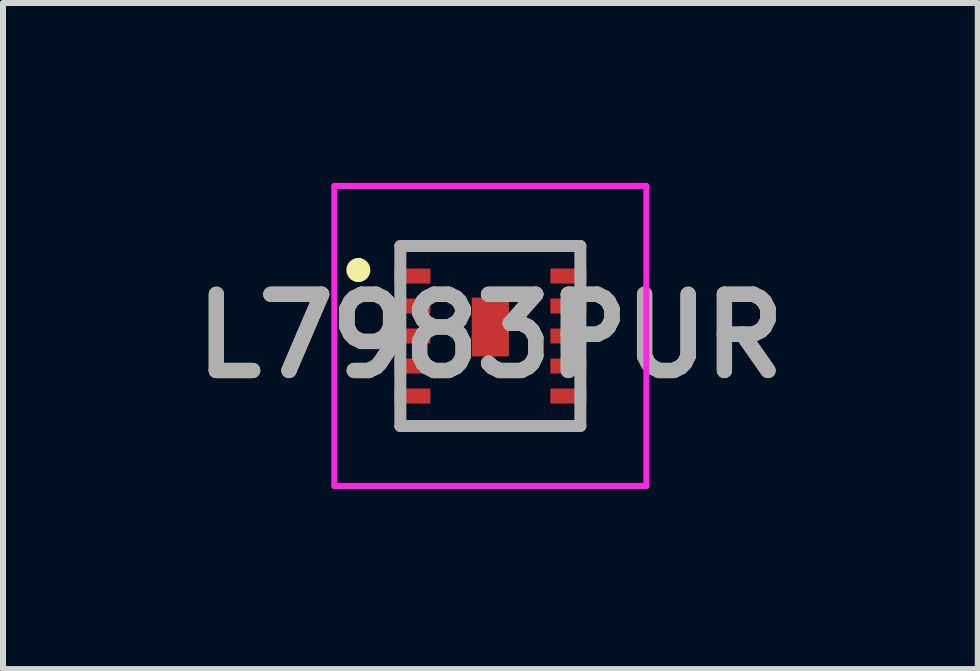
<source format=kicad_pcb>
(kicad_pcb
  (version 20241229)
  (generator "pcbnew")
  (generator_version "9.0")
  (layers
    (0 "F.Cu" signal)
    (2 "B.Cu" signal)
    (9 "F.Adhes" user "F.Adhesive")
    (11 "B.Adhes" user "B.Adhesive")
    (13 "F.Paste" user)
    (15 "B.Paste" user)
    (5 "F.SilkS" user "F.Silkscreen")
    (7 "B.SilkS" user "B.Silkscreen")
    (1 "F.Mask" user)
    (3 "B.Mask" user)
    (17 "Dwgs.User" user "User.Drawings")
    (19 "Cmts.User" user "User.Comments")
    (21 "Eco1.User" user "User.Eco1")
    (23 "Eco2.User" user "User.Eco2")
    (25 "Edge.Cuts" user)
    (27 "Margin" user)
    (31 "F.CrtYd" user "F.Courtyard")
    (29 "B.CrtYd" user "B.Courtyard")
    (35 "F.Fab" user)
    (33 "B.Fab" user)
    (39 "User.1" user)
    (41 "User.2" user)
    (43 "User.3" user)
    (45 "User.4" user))
  (footprint "L7983PUR"
    (layer "F.Cu")
    (at 5.122 2.55)
    (property "Reference" "L7983PUR" (at 0 0 0) (layer "F.SilkS") (effects (font (size 1.27 1.27) (thickness 0.254))))
    (attr smd)
    (fp_line (start -2.2 -1.2) (end -2.2 -1.2) (stroke (width 0.2) (type solid)) (layer "F.SilkS"))
    (fp_line (start -2.2 -1) (end -2.2 -1) (stroke (width 0.2) (type solid)) (layer "F.SilkS"))
    (fp_line (start -1.5 -1.5) (end 1.5 -1.5) (stroke (width 0.1) (type solid)) (layer "F.SilkS"))
    (fp_line (start -1.5 1.5) (end 1.5 1.5) (stroke (width 0.1) (type solid)) (layer "F.SilkS"))
    (fp_arc (start -2.2 -1.2) (mid -2.1 -1.1) (end -2.2 -1) (stroke (width 0.2) (type solid)) (layer "F.SilkS"))
    (fp_arc (start -2.2 -1) (mid -2.3 -1.1) (end -2.2 -1.2) (stroke (width 0.2) (type solid)) (layer "F.SilkS"))
    (fp_line (start -2.6 -2.5) (end 2.6 -2.5) (stroke (width 0.1) (type solid)) (layer "F.CrtYd"))
    (fp_line (start -2.6 2.5) (end -2.6 -2.5) (stroke (width 0.1) (type solid)) (layer "F.CrtYd"))
    (fp_line (start 2.6 -2.5) (end 2.6 2.5) (stroke (width 0.1) (type solid)) (layer "F.CrtYd"))
    (fp_line (start 2.6 2.5) (end -2.6 2.5) (stroke (width 0.1) (type solid)) (layer "F.CrtYd"))
    (fp_line (start -1.5 -1.5) (end 1.5 -1.5) (stroke (width 0.2) (type solid)) (layer "F.Fab"))
    (fp_line (start -1.5 1.5) (end -1.5 -1.5) (stroke (width 0.2) (type solid)) (layer "F.Fab"))
    (fp_line (start 1.5 -1.5) (end 1.5 1.5) (stroke (width 0.2) (type solid)) (layer "F.Fab"))
    (fp_line (start 1.5 1.5) (end -1.5 1.5) (stroke (width 0.2) (type solid)) (layer "F.Fab"))
    (fp_text user "${REFERENCE}" (at 0 0 0) (layer "F.Fab") (effects (font (size 1.27 1.27) (thickness 0.254))))
    (pad "1" smd rect (at -1.3 -1 90) (size 0.25 0.6) (layers "F.Cu" "F.Mask" "F.Paste"))
    (pad "2" smd rect (at -1.3 -0.5 90) (size 0.25 0.6) (layers "F.Cu" "F.Mask" "F.Paste"))
    (pad "3" smd rect (at -1.3 0 90) (size 0.25 0.6) (layers "F.Cu" "F.Mask" "F.Paste"))
    (pad "4" smd rect (at -1.3 0.5 90) (size 0.25 0.6) (layers "F.Cu" "F.Mask" "F.Paste"))
    (pad "5" smd rect (at -1.3 1 90) (size 0.25 0.6) (layers "F.Cu" "F.Mask" "F.Paste"))
    (pad "6" smd rect (at 1.3 1 90) (size 0.25 0.6) (layers "F.Cu" "F.Mask" "F.Paste"))
    (pad "7" smd rect (at 1.3 0.5 90) (size 0.25 0.6) (layers "F.Cu" "F.Mask" "F.Paste"))
    (pad "8" smd rect (at 1.3 0 90) (size 0.25 0.6) (layers "F.Cu" "F.Mask" "F.Paste"))
    (pad "9" smd rect (at 1.3 -0.5 90) (size 0.25 0.6) (layers "F.Cu" "F.Mask" "F.Paste"))
    (pad "10" smd rect (at 1.3 -1 90) (size 0.25 0.6) (layers "F.Cu" "F.Mask" "F.Paste"))
    (pad "11" smd rect (at 0 -0.15) (size 0.62 0.98) (layers "F.Cu" "F.Mask" "F.Paste")))
  (gr_rect
    (start -3 -3)
    (end 13.245 8.1)
    (stroke (width 0.1) (type default))
    (fill no)
    (layer "Edge.Cuts")))
</source>
